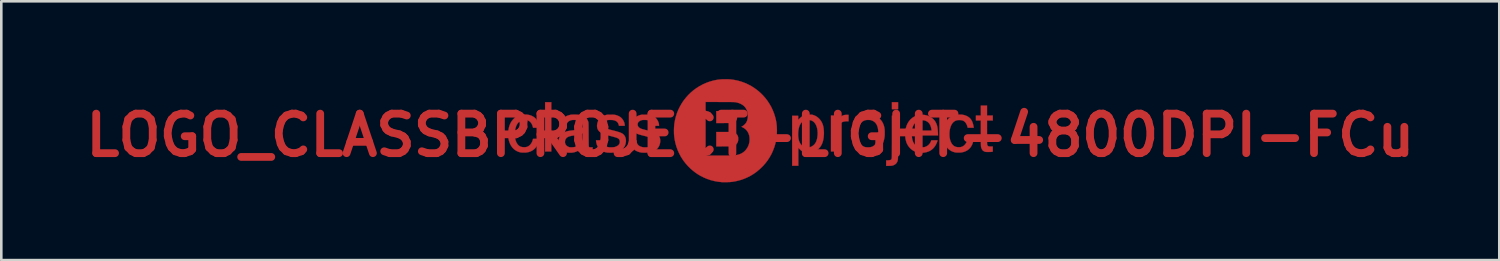
<source format=kicad_pcb>
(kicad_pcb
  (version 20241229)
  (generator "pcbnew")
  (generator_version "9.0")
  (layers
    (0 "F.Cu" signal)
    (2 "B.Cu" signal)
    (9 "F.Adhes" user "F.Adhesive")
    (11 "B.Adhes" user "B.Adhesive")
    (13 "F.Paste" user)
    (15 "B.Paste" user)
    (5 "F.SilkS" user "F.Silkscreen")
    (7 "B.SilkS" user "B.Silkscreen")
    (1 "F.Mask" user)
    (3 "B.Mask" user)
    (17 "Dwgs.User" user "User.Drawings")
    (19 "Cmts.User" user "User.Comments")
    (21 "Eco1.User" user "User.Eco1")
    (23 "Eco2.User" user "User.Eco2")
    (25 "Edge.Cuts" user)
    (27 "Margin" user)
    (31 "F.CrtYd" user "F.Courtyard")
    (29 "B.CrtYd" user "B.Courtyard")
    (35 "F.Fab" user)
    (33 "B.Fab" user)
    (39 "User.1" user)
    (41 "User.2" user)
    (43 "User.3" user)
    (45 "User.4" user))
  (footprint "LOGO_CLASSBPROJECT-LIGHT-4800DPI-FCu"
    (layer "F.Cu")
    (at 25.879 2.166)
    (property "Reference" "LOGO_CLASSBPROJECT-LIGHT-4800DPI-FCu" (at 0 0 0) (layer "F.Cu") (effects (font (size 1.524 1.524) (thickness 0.3))))
    (attr through_hole)
    (fp_poly (pts (xy -7.673 0.624) (xy -7.911 0.624) (xy -7.911 -1.275) (xy -7.673 -1.275) (xy -7.673 0.624)) (stroke (width 0.01) (type solid)) (fill yes) (layer "F.Cu"))
    (fp_poly (pts (xy 5.699 -1.005) (xy 5.461 -1.005) (xy 5.461 -1.275) (xy 5.699 -1.275) (xy 5.699 -1.005)) (stroke (width 0.01) (type solid)) (fill yes) (layer "F.Cu"))
    (fp_poly (pts (xy 3.789 -0.54) (xy 3.718 -0.54) (xy 3.657 -0.537) (xy 3.604 -0.528) (xy 3.557 -0.513) (xy 3.516 -0.492) (xy 3.478 -0.463) (xy 3.457 -0.442) (xy 3.426 -0.406) (xy 3.401 -0.37) (xy 3.381 -0.329) (xy 3.369 -0.298) (xy 3.352 -0.251) (xy 3.351 0.187) (xy 3.349 0.624) (xy 3.111 0.624) (xy 3.111 -0.762) (xy 3.339 -0.762) (xy 3.339 -0.543) (xy 3.354 -0.567) (xy 3.373 -0.593) (xy 3.397 -0.622) (xy 3.424 -0.652) (xy 3.453 -0.681) (xy 3.48 -0.705) (xy 3.484 -0.708) (xy 3.526 -0.738) (xy 3.567 -0.761) (xy 3.609 -0.776) (xy 3.655 -0.785) (xy 3.708 -0.788) (xy 3.722 -0.788) (xy 3.789 -0.788) (xy 3.789 -0.54)) (stroke (width 0.01) (type solid)) (fill yes) (layer "F.Cu"))
    (fp_poly (pts (xy -1.044 -0.127) (xy -0.97 -0.127) (xy -0.907 -0.127) (xy -0.852 -0.126) (xy -0.805 -0.125) (xy -0.765 -0.123) (xy -0.731 -0.121) (xy -0.702 -0.118) (xy -0.677 -0.115) (xy -0.655 -0.111) (xy -0.636 -0.105) (xy -0.619 -0.099) (xy -0.601 -0.092) (xy -0.589 -0.086) (xy -0.548 -0.061) (xy -0.515 -0.028) (xy -0.489 0.011) (xy -0.473 0.056) (xy -0.469 0.078) (xy -0.467 0.107) (xy -0.466 0.14) (xy -0.467 0.173) (xy -0.47 0.203) (xy -0.471 0.215) (xy -0.485 0.262) (xy -0.507 0.305) (xy -0.537 0.343) (xy -0.573 0.374) (xy -0.605 0.392) (xy -0.619 0.399) (xy -0.633 0.404) (xy -0.646 0.409) (xy -0.66 0.413) (xy -0.676 0.416) (xy -0.695 0.419) (xy -0.717 0.421) (xy -0.744 0.423) (xy -0.776 0.424) (xy -0.815 0.425) (xy -0.861 0.426) (xy -0.915 0.426) (xy -0.979 0.427) (xy -1.012 0.427) (xy -1.312 0.429) (xy -1.312 -0.127) (xy -1.044 -0.127)) (stroke (width 0.01) (type solid)) (fill yes) (layer "F.Cu"))
    (fp_poly (pts (xy -1.028 -0.93) (xy -0.962 -0.929) (xy -0.906 -0.929) (xy -0.858 -0.928) (xy -0.818 -0.927) (xy -0.784 -0.926) (xy -0.755 -0.924) (xy -0.731 -0.922) (xy -0.711 -0.92) (xy -0.692 -0.917) (xy -0.676 -0.914) (xy -0.659 -0.91) (xy -0.641 -0.905) (xy -0.633 -0.903) (xy -0.597 -0.887) (xy -0.564 -0.862) (xy -0.541 -0.834) (xy -0.529 -0.814) (xy -0.52 -0.794) (xy -0.515 -0.771) (xy -0.512 -0.744) (xy -0.511 -0.709) (xy -0.511 -0.701) (xy -0.511 -0.671) (xy -0.513 -0.65) (xy -0.515 -0.632) (xy -0.52 -0.617) (xy -0.523 -0.608) (xy -0.543 -0.571) (xy -0.571 -0.54) (xy -0.607 -0.515) (xy -0.617 -0.51) (xy -0.632 -0.503) (xy -0.646 -0.497) (xy -0.66 -0.492) (xy -0.674 -0.487) (xy -0.69 -0.484) (xy -0.708 -0.481) (xy -0.73 -0.479) (xy -0.757 -0.477) (xy -0.789 -0.475) (xy -0.827 -0.474) (xy -0.872 -0.474) (xy -0.926 -0.473) (xy -0.989 -0.473) (xy -1.02 -0.472) (xy -1.312 -0.47) (xy -1.312 -0.932) (xy -1.028 -0.93)) (stroke (width 0.01) (type solid)) (fill yes) (layer "F.Cu"))
    (fp_poly (pts (xy 5.698 0.083) (xy 5.697 0.194) (xy 5.697 0.295) (xy 5.697 0.387) (xy 5.697 0.469) (xy 5.696 0.542) (xy 5.696 0.608) (xy 5.696 0.666) (xy 5.695 0.717) (xy 5.695 0.761) (xy 5.695 0.8) (xy 5.694 0.833) (xy 5.694 0.86) (xy 5.693 0.883) (xy 5.692 0.903) (xy 5.692 0.918) (xy 5.691 0.931) (xy 5.69 0.941) (xy 5.689 0.949) (xy 5.688 0.955) (xy 5.687 0.96) (xy 5.669 1.014) (xy 5.645 1.059) (xy 5.614 1.097) (xy 5.574 1.128) (xy 5.527 1.152) (xy 5.485 1.167) (xy 5.469 1.171) (xy 5.447 1.174) (xy 5.42 1.176) (xy 5.385 1.177) (xy 5.346 1.179) (xy 5.239 1.181) (xy 5.239 0.968) (xy 5.272 0.968) (xy 5.301 0.967) (xy 5.333 0.965) (xy 5.364 0.961) (xy 5.391 0.956) (xy 5.411 0.95) (xy 5.413 0.949) (xy 5.429 0.94) (xy 5.44 0.927) (xy 5.448 0.907) (xy 5.454 0.878) (xy 5.456 0.87) (xy 5.456 0.859) (xy 5.457 0.838) (xy 5.458 0.807) (xy 5.458 0.767) (xy 5.459 0.717) (xy 5.459 0.657) (xy 5.46 0.589) (xy 5.46 0.513) (xy 5.46 0.428) (xy 5.461 0.335) (xy 5.461 0.234) (xy 5.461 0.126) (xy 5.461 0.038) (xy 5.461 -0.757) (xy 5.699 -0.757) (xy 5.698 0.083)) (stroke (width 0.01) (type solid)) (fill yes) (layer "F.Cu"))
    (fp_poly (pts (xy 9.128 -0.762) (xy 9.35 -0.762) (xy 9.35 -0.572) (xy 9.128 -0.572) (xy 9.128 -0.107) (xy 9.128 -0.026) (xy 9.128 0.045) (xy 9.128 0.107) (xy 9.129 0.16) (xy 9.129 0.205) (xy 9.129 0.244) (xy 9.129 0.275) (xy 9.13 0.301) (xy 9.131 0.322) (xy 9.131 0.338) (xy 9.132 0.351) (xy 9.133 0.36) (xy 9.134 0.368) (xy 9.136 0.373) (xy 9.138 0.377) (xy 9.138 0.378) (xy 9.149 0.397) (xy 9.161 0.412) (xy 9.178 0.422) (xy 9.2 0.429) (xy 9.228 0.432) (xy 9.265 0.434) (xy 9.279 0.434) (xy 9.35 0.434) (xy 9.35 0.628) (xy 9.32 0.635) (xy 9.3 0.638) (xy 9.272 0.641) (xy 9.239 0.642) (xy 9.203 0.643) (xy 9.166 0.644) (xy 9.131 0.643) (xy 9.101 0.642) (xy 9.076 0.64) (xy 9.063 0.638) (xy 9.019 0.622) (xy 8.981 0.599) (xy 8.95 0.569) (xy 8.926 0.53) (xy 8.907 0.483) (xy 8.899 0.451) (xy 8.897 0.444) (xy 8.896 0.435) (xy 8.895 0.424) (xy 8.894 0.41) (xy 8.893 0.393) (xy 8.892 0.371) (xy 8.892 0.345) (xy 8.891 0.313) (xy 8.891 0.275) (xy 8.89 0.23) (xy 8.89 0.177) (xy 8.89 0.117) (xy 8.89 0.047) (xy 8.89 -0.032) (xy 8.89 -0.079) (xy 8.89 -0.572) (xy 8.7 -0.572) (xy 8.7 -0.762) (xy 8.89 -0.762) (xy 8.89 -1.148) (xy 9.128 -1.148) (xy 9.128 -0.762)) (stroke (width 0.01) (type solid)) (fill yes) (layer "F.Cu"))
    (fp_poly (pts (xy -8.639 -0.798) (xy -8.605 -0.796) (xy -8.588 -0.794) (xy -8.512 -0.779) (xy -8.443 -0.756) (xy -8.381 -0.726) (xy -8.326 -0.69) (xy -8.279 -0.647) (xy -8.261 -0.626) (xy -8.229 -0.58) (xy -8.202 -0.525) (xy -8.179 -0.463) (xy -8.161 -0.392) (xy -8.147 -0.314) (xy -8.144 -0.291) (xy -8.375 -0.291) (xy -8.387 -0.337) (xy -8.404 -0.389) (xy -8.427 -0.437) (xy -8.454 -0.48) (xy -8.479 -0.51) (xy -8.512 -0.539) (xy -8.547 -0.56) (xy -8.587 -0.575) (xy -8.633 -0.584) (xy -8.687 -0.587) (xy -8.7 -0.587) (xy -8.735 -0.586) (xy -8.767 -0.584) (xy -8.791 -0.58) (xy -8.792 -0.579) (xy -8.847 -0.56) (xy -8.896 -0.532) (xy -8.939 -0.495) (xy -8.977 -0.449) (xy -9.009 -0.394) (xy -9.036 -0.33) (xy -9.057 -0.256) (xy -9.067 -0.208) (xy -9.073 -0.17) (xy -9.077 -0.125) (xy -9.079 -0.076) (xy -9.079 -0.026) (xy -9.079 0.022) (xy -9.076 0.065) (xy -9.073 0.09) (xy -9.059 0.16) (xy -9.039 0.225) (xy -9.014 0.283) (xy -8.983 0.334) (xy -8.948 0.376) (xy -8.915 0.405) (xy -8.882 0.427) (xy -8.844 0.442) (xy -8.818 0.45) (xy -8.782 0.456) (xy -8.741 0.46) (xy -8.698 0.46) (xy -8.658 0.457) (xy -8.631 0.452) (xy -8.582 0.435) (xy -8.536 0.409) (xy -8.494 0.373) (xy -8.458 0.329) (xy -8.426 0.278) (xy -8.4 0.219) (xy -8.382 0.16) (xy -8.376 0.138) (xy -8.143 0.138) (xy -8.147 0.157) (xy -8.165 0.243) (xy -8.189 0.32) (xy -8.219 0.389) (xy -8.256 0.45) (xy -8.299 0.503) (xy -8.349 0.549) (xy -8.385 0.575) (xy -8.435 0.604) (xy -8.486 0.627) (xy -8.542 0.645) (xy -8.605 0.658) (xy -8.606 0.659) (xy -8.635 0.662) (xy -8.67 0.665) (xy -8.71 0.666) (xy -8.751 0.666) (xy -8.791 0.665) (xy -8.826 0.663) (xy -8.855 0.66) (xy -8.86 0.659) (xy -8.933 0.639) (xy -9.001 0.61) (xy -9.064 0.572) (xy -9.122 0.526) (xy -9.173 0.472) (xy -9.218 0.41) (xy -9.257 0.341) (xy -9.288 0.264) (xy -9.308 0.199) (xy -9.322 0.127) (xy -9.331 0.049) (xy -9.334 -0.033) (xy -9.332 -0.117) (xy -9.324 -0.2) (xy -9.31 -0.28) (xy -9.302 -0.315) (xy -9.276 -0.397) (xy -9.243 -0.472) (xy -9.202 -0.541) (xy -9.153 -0.603) (xy -9.098 -0.658) (xy -9.037 -0.705) (xy -8.97 -0.743) (xy -8.897 -0.773) (xy -8.861 -0.784) (xy -8.835 -0.789) (xy -8.801 -0.793) (xy -8.762 -0.796) (xy -8.721 -0.798) (xy -8.679 -0.799) (xy -8.639 -0.798)) (stroke (width 0.01) (type solid)) (fill yes) (layer "F.Cu"))
    (fp_poly (pts (xy 8.12 -0.798) (xy 8.154 -0.796) (xy 8.171 -0.794) (xy 8.246 -0.779) (xy 8.315 -0.756) (xy 8.378 -0.726) (xy 8.433 -0.69) (xy 8.48 -0.647) (xy 8.497 -0.626) (xy 8.529 -0.58) (xy 8.557 -0.525) (xy 8.58 -0.463) (xy 8.598 -0.392) (xy 8.612 -0.314) (xy 8.615 -0.291) (xy 8.384 -0.291) (xy 8.371 -0.337) (xy 8.354 -0.389) (xy 8.332 -0.437) (xy 8.305 -0.48) (xy 8.28 -0.51) (xy 8.247 -0.539) (xy 8.212 -0.56) (xy 8.172 -0.575) (xy 8.125 -0.584) (xy 8.072 -0.587) (xy 8.059 -0.587) (xy 8.024 -0.586) (xy 7.992 -0.584) (xy 7.968 -0.58) (xy 7.966 -0.579) (xy 7.912 -0.56) (xy 7.863 -0.532) (xy 7.82 -0.495) (xy 7.782 -0.449) (xy 7.75 -0.394) (xy 7.723 -0.33) (xy 7.701 -0.256) (xy 7.691 -0.208) (xy 7.686 -0.17) (xy 7.682 -0.125) (xy 7.68 -0.076) (xy 7.679 -0.026) (xy 7.68 0.022) (xy 7.683 0.065) (xy 7.686 0.09) (xy 7.7 0.16) (xy 7.719 0.225) (xy 7.745 0.283) (xy 7.775 0.334) (xy 7.811 0.376) (xy 7.844 0.405) (xy 7.877 0.427) (xy 7.915 0.442) (xy 7.941 0.45) (xy 7.976 0.456) (xy 8.018 0.46) (xy 8.061 0.46) (xy 8.101 0.457) (xy 8.127 0.452) (xy 8.177 0.435) (xy 8.223 0.409) (xy 8.264 0.373) (xy 8.301 0.329) (xy 8.333 0.278) (xy 8.359 0.219) (xy 8.377 0.16) (xy 8.382 0.138) (xy 8.615 0.138) (xy 8.612 0.157) (xy 8.594 0.243) (xy 8.57 0.32) (xy 8.539 0.389) (xy 8.503 0.45) (xy 8.459 0.503) (xy 8.409 0.549) (xy 8.374 0.575) (xy 8.324 0.604) (xy 8.272 0.627) (xy 8.217 0.645) (xy 8.154 0.658) (xy 8.152 0.659) (xy 8.124 0.662) (xy 8.088 0.665) (xy 8.049 0.666) (xy 8.007 0.666) (xy 7.968 0.665) (xy 7.933 0.663) (xy 7.904 0.66) (xy 7.898 0.659) (xy 7.826 0.639) (xy 7.757 0.61) (xy 7.694 0.572) (xy 7.637 0.526) (xy 7.586 0.472) (xy 7.54 0.41) (xy 7.502 0.341) (xy 7.471 0.264) (xy 7.451 0.199) (xy 7.436 0.127) (xy 7.428 0.049) (xy 7.424 -0.033) (xy 7.427 -0.117) (xy 7.435 -0.2) (xy 7.449 -0.28) (xy 7.457 -0.315) (xy 7.482 -0.397) (xy 7.516 -0.472) (xy 7.557 -0.541) (xy 7.605 -0.603) (xy 7.66 -0.658) (xy 7.722 -0.705) (xy 7.789 -0.743) (xy 7.862 -0.773) (xy 7.898 -0.784) (xy 7.924 -0.789) (xy 7.957 -0.793) (xy 7.996 -0.796) (xy 8.038 -0.798) (xy 8.08 -0.799) (xy 8.12 -0.798)) (stroke (width 0.01) (type solid)) (fill yes) (layer "F.Cu"))
    (fp_poly (pts (xy 2.312 -0.796) (xy 2.339 -0.795) (xy 2.361 -0.795) (xy 2.378 -0.793) (xy 2.393 -0.79) (xy 2.408 -0.787) (xy 2.425 -0.782) (xy 2.426 -0.781) (xy 2.496 -0.755) (xy 2.56 -0.719) (xy 2.619 -0.674) (xy 2.673 -0.622) (xy 2.719 -0.562) (xy 2.759 -0.496) (xy 2.79 -0.424) (xy 2.796 -0.406) (xy 2.814 -0.342) (xy 2.827 -0.271) (xy 2.835 -0.194) (xy 2.839 -0.114) (xy 2.838 -0.032) (xy 2.832 0.05) (xy 2.821 0.129) (xy 2.806 0.204) (xy 2.797 0.241) (xy 2.769 0.321) (xy 2.733 0.393) (xy 2.691 0.458) (xy 2.641 0.515) (xy 2.585 0.564) (xy 2.521 0.605) (xy 2.495 0.619) (xy 2.461 0.635) (xy 2.43 0.648) (xy 2.401 0.657) (xy 2.371 0.663) (xy 2.337 0.667) (xy 2.298 0.669) (xy 2.252 0.669) (xy 2.246 0.669) (xy 2.21 0.669) (xy 2.182 0.669) (xy 2.16 0.668) (xy 2.143 0.666) (xy 2.128 0.664) (xy 2.113 0.66) (xy 2.097 0.656) (xy 2.093 0.654) (xy 2.054 0.641) (xy 2.021 0.626) (xy 1.991 0.609) (xy 1.961 0.587) (xy 1.929 0.559) (xy 1.912 0.542) (xy 1.852 0.484) (xy 1.852 0.829) (xy 1.852 1.175) (xy 1.614 1.175) (xy 1.614 -0.012) (xy 1.845 -0.012) (xy 1.85 0.071) (xy 1.861 0.146) (xy 1.879 0.215) (xy 1.903 0.275) (xy 1.933 0.328) (xy 1.97 0.372) (xy 2.012 0.409) (xy 2.061 0.436) (xy 2.115 0.456) (xy 2.135 0.46) (xy 2.159 0.463) (xy 2.189 0.465) (xy 2.223 0.465) (xy 2.255 0.464) (xy 2.284 0.461) (xy 2.304 0.457) (xy 2.351 0.44) (xy 2.397 0.414) (xy 2.441 0.38) (xy 2.48 0.341) (xy 2.512 0.297) (xy 2.523 0.276) (xy 2.548 0.223) (xy 2.566 0.168) (xy 2.581 0.108) (xy 2.59 0.041) (xy 2.596 -0.029) (xy 2.597 -0.112) (xy 2.591 -0.19) (xy 2.578 -0.264) (xy 2.56 -0.332) (xy 2.535 -0.394) (xy 2.505 -0.448) (xy 2.468 -0.494) (xy 2.461 -0.503) (xy 2.421 -0.537) (xy 2.377 -0.562) (xy 2.328 -0.58) (xy 2.274 -0.59) (xy 2.22 -0.593) (xy 2.187 -0.592) (xy 2.157 -0.589) (xy 2.133 -0.585) (xy 2.13 -0.585) (xy 2.075 -0.566) (xy 2.026 -0.538) (xy 1.983 -0.501) (xy 1.946 -0.455) (xy 1.914 -0.401) (xy 1.888 -0.338) (xy 1.869 -0.267) (xy 1.855 -0.187) (xy 1.847 -0.102) (xy 1.845 -0.012) (xy 1.614 -0.012) (xy 1.614 -0.751) (xy 1.847 -0.751) (xy 1.847 -0.594) (xy 1.904 -0.65) (xy 1.95 -0.692) (xy 1.995 -0.726) (xy 2.042 -0.752) (xy 2.093 -0.773) (xy 2.138 -0.787) (xy 2.153 -0.791) (xy 2.17 -0.793) (xy 2.19 -0.795) (xy 2.217 -0.796) (xy 2.25 -0.796) (xy 2.275 -0.796) (xy 2.312 -0.796)) (stroke (width 0.01) (type solid)) (fill yes) (layer "F.Cu"))
    (fp_poly (pts (xy 4.584 -0.798) (xy 4.626 -0.796) (xy 4.663 -0.793) (xy 4.676 -0.791) (xy 4.755 -0.772) (xy 4.829 -0.743) (xy 4.899 -0.705) (xy 4.963 -0.658) (xy 5.003 -0.622) (xy 5.051 -0.568) (xy 5.091 -0.509) (xy 5.124 -0.444) (xy 5.148 -0.381) (xy 5.16 -0.337) (xy 5.17 -0.294) (xy 5.177 -0.248) (xy 5.181 -0.198) (xy 5.184 -0.14) (xy 5.184 -0.131) (xy 5.184 -0.029) (xy 5.176 0.066) (xy 5.16 0.154) (xy 5.137 0.238) (xy 5.106 0.317) (xy 5.067 0.392) (xy 5.044 0.429) (xy 4.999 0.487) (xy 4.948 0.538) (xy 4.891 0.58) (xy 4.827 0.615) (xy 4.756 0.642) (xy 4.678 0.661) (xy 4.659 0.664) (xy 4.632 0.667) (xy 4.598 0.67) (xy 4.559 0.671) (xy 4.517 0.671) (xy 4.477 0.671) (xy 4.44 0.669) (xy 4.408 0.667) (xy 4.389 0.664) (xy 4.313 0.645) (xy 4.241 0.617) (xy 4.176 0.58) (xy 4.117 0.535) (xy 4.064 0.481) (xy 4.017 0.419) (xy 3.981 0.357) (xy 3.948 0.282) (xy 3.923 0.2) (xy 3.906 0.113) (xy 3.897 0.021) (xy 3.897 -0.044) (xy 4.143 -0.044) (xy 4.147 0.035) (xy 4.157 0.109) (xy 4.173 0.178) (xy 4.195 0.24) (xy 4.222 0.296) (xy 4.255 0.345) (xy 4.293 0.385) (xy 4.335 0.417) (xy 4.356 0.428) (xy 4.388 0.443) (xy 4.419 0.453) (xy 4.451 0.46) (xy 4.487 0.463) (xy 4.529 0.464) (xy 4.551 0.464) (xy 4.584 0.463) (xy 4.61 0.462) (xy 4.63 0.46) (xy 4.647 0.456) (xy 4.664 0.452) (xy 4.676 0.448) (xy 4.722 0.429) (xy 4.762 0.404) (xy 4.798 0.371) (xy 4.829 0.33) (xy 4.857 0.281) (xy 4.882 0.223) (xy 4.892 0.194) (xy 4.914 0.116) (xy 4.928 0.038) (xy 4.936 -0.043) (xy 4.936 -0.129) (xy 4.936 -0.13) (xy 4.931 -0.197) (xy 4.923 -0.256) (xy 4.911 -0.309) (xy 4.895 -0.359) (xy 4.873 -0.407) (xy 4.872 -0.41) (xy 4.84 -0.46) (xy 4.801 -0.504) (xy 4.754 -0.539) (xy 4.702 -0.566) (xy 4.683 -0.573) (xy 4.663 -0.58) (xy 4.646 -0.585) (xy 4.627 -0.588) (xy 4.605 -0.59) (xy 4.576 -0.591) (xy 4.563 -0.592) (xy 4.515 -0.592) (xy 4.475 -0.589) (xy 4.44 -0.583) (xy 4.406 -0.573) (xy 4.373 -0.559) (xy 4.327 -0.531) (xy 4.286 -0.495) (xy 4.25 -0.45) (xy 4.218 -0.397) (xy 4.192 -0.337) (xy 4.171 -0.271) (xy 4.156 -0.198) (xy 4.146 -0.121) (xy 4.143 -0.044) (xy 3.897 -0.044) (xy 3.897 -0.075) (xy 3.899 -0.121) (xy 3.908 -0.201) (xy 3.92 -0.274) (xy 3.937 -0.341) (xy 3.959 -0.404) (xy 3.985 -0.46) (xy 4.027 -0.533) (xy 4.075 -0.597) (xy 4.129 -0.653) (xy 4.189 -0.7) (xy 4.256 -0.738) (xy 4.328 -0.767) (xy 4.406 -0.788) (xy 4.422 -0.791) (xy 4.455 -0.795) (xy 4.495 -0.798) (xy 4.539 -0.799) (xy 4.584 -0.798)) (stroke (width 0.01) (type solid)) (fill yes) (layer "F.Cu"))
    (fp_poly (pts (xy 6.677 -0.787) (xy 6.718 -0.784) (xy 6.737 -0.781) (xy 6.81 -0.763) (xy 6.879 -0.738) (xy 6.944 -0.706) (xy 7.003 -0.668) (xy 7.055 -0.624) (xy 7.099 -0.576) (xy 7.116 -0.554) (xy 7.143 -0.512) (xy 7.165 -0.469) (xy 7.184 -0.424) (xy 7.2 -0.375) (xy 7.212 -0.321) (xy 7.222 -0.261) (xy 7.229 -0.194) (xy 7.234 -0.118) (xy 7.236 -0.075) (xy 7.239 0.005) (xy 6.228 0.005) (xy 6.228 0.028) (xy 6.23 0.05) (xy 6.233 0.08) (xy 6.238 0.113) (xy 6.244 0.146) (xy 6.251 0.176) (xy 6.255 0.19) (xy 6.276 0.25) (xy 6.303 0.305) (xy 6.337 0.352) (xy 6.375 0.391) (xy 6.418 0.422) (xy 6.436 0.432) (xy 6.47 0.446) (xy 6.504 0.456) (xy 6.54 0.462) (xy 6.581 0.465) (xy 6.628 0.464) (xy 6.66 0.463) (xy 6.685 0.461) (xy 6.705 0.458) (xy 6.723 0.454) (xy 6.742 0.448) (xy 6.744 0.448) (xy 6.801 0.423) (xy 6.852 0.389) (xy 6.896 0.348) (xy 6.933 0.3) (xy 6.962 0.245) (xy 6.967 0.23) (xy 6.982 0.191) (xy 7.1 0.191) (xy 7.218 0.191) (xy 7.215 0.21) (xy 7.203 0.257) (xy 7.184 0.307) (xy 7.158 0.358) (xy 7.128 0.409) (xy 7.094 0.457) (xy 7.057 0.499) (xy 7.048 0.508) (xy 6.992 0.557) (xy 6.929 0.598) (xy 6.86 0.629) (xy 6.785 0.653) (xy 6.717 0.666) (xy 6.684 0.67) (xy 6.645 0.672) (xy 6.602 0.672) (xy 6.558 0.671) (xy 6.516 0.668) (xy 6.479 0.665) (xy 6.456 0.661) (xy 6.383 0.64) (xy 6.313 0.61) (xy 6.247 0.569) (xy 6.185 0.519) (xy 6.18 0.514) (xy 6.13 0.462) (xy 6.088 0.407) (xy 6.053 0.348) (xy 6.024 0.283) (xy 6.002 0.212) (xy 5.985 0.132) (xy 5.979 0.095) (xy 5.977 0.066) (xy 5.975 0.029) (xy 5.974 -0.012) (xy 5.974 -0.057) (xy 5.975 -0.101) (xy 5.977 -0.142) (xy 5.98 -0.177) (xy 5.981 -0.18) (xy 6.232 -0.18) (xy 6.611 -0.18) (xy 6.684 -0.18) (xy 6.747 -0.18) (xy 6.8 -0.18) (xy 6.845 -0.18) (xy 6.883 -0.18) (xy 6.913 -0.181) (xy 6.937 -0.181) (xy 6.956 -0.182) (xy 6.969 -0.183) (xy 6.979 -0.184) (xy 6.985 -0.185) (xy 6.988 -0.186) (xy 6.99 -0.188) (xy 6.99 -0.189) (xy 6.989 -0.205) (xy 6.985 -0.229) (xy 6.98 -0.257) (xy 6.973 -0.286) (xy 6.966 -0.315) (xy 6.959 -0.34) (xy 6.958 -0.341) (xy 6.935 -0.399) (xy 6.904 -0.45) (xy 6.867 -0.493) (xy 6.824 -0.527) (xy 6.793 -0.545) (xy 6.753 -0.562) (xy 6.714 -0.573) (xy 6.67 -0.58) (xy 6.62 -0.582) (xy 6.617 -0.582) (xy 6.556 -0.578) (xy 6.502 -0.568) (xy 6.454 -0.549) (xy 6.446 -0.545) (xy 6.394 -0.511) (xy 6.349 -0.47) (xy 6.31 -0.421) (xy 6.279 -0.365) (xy 6.255 -0.303) (xy 6.239 -0.235) (xy 6.236 -0.21) (xy 6.232 -0.18) (xy 5.981 -0.18) (xy 5.982 -0.194) (xy 6 -0.285) (xy 6.027 -0.37) (xy 6.061 -0.449) (xy 6.104 -0.521) (xy 6.156 -0.587) (xy 6.19 -0.623) (xy 6.249 -0.673) (xy 6.312 -0.714) (xy 6.382 -0.747) (xy 6.455 -0.771) (xy 6.491 -0.778) (xy 6.535 -0.784) (xy 6.582 -0.787) (xy 6.63 -0.788) (xy 6.677 -0.787)) (stroke (width 0.01) (type solid)) (fill yes) (layer "F.Cu"))
    (fp_poly (pts (xy -5.332 -0.796) (xy -5.29 -0.795) (xy -5.255 -0.793) (xy -5.224 -0.789) (xy -5.196 -0.783) (xy -5.169 -0.776) (xy -5.139 -0.766) (xy -5.121 -0.76) (xy -5.067 -0.736) (xy -5.018 -0.706) (xy -4.987 -0.683) (xy -4.949 -0.645) (xy -4.915 -0.601) (xy -4.886 -0.553) (xy -4.864 -0.502) (xy -4.849 -0.451) (xy -4.842 -0.402) (xy -4.842 -0.393) (xy -4.842 -0.365) (xy -5.063 -0.365) (xy -5.069 -0.394) (xy -5.079 -0.427) (xy -5.095 -0.461) (xy -5.113 -0.492) (xy -5.134 -0.516) (xy -5.136 -0.518) (xy -5.165 -0.54) (xy -5.202 -0.56) (xy -5.243 -0.576) (xy -5.257 -0.58) (xy -5.279 -0.584) (xy -5.308 -0.588) (xy -5.343 -0.59) (xy -5.38 -0.592) (xy -5.417 -0.592) (xy -5.451 -0.591) (xy -5.48 -0.589) (xy -5.491 -0.588) (xy -5.535 -0.576) (xy -5.575 -0.558) (xy -5.61 -0.535) (xy -5.638 -0.507) (xy -5.653 -0.484) (xy -5.66 -0.464) (xy -5.665 -0.439) (xy -5.666 -0.427) (xy -5.664 -0.388) (xy -5.653 -0.352) (xy -5.632 -0.32) (xy -5.602 -0.291) (xy -5.561 -0.266) (xy -5.524 -0.249) (xy -5.509 -0.244) (xy -5.486 -0.237) (xy -5.455 -0.228) (xy -5.419 -0.219) (xy -5.379 -0.208) (xy -5.336 -0.197) (xy -5.313 -0.191) (xy -5.238 -0.172) (xy -5.172 -0.155) (xy -5.115 -0.138) (xy -5.066 -0.123) (xy -5.024 -0.108) (xy -4.988 -0.094) (xy -4.958 -0.079) (xy -4.931 -0.064) (xy -4.909 -0.048) (xy -4.902 -0.043) (xy -4.878 -0.02) (xy -4.854 0.01) (xy -4.833 0.044) (xy -4.818 0.077) (xy -4.817 0.079) (xy -4.802 0.133) (xy -4.795 0.191) (xy -4.796 0.251) (xy -4.805 0.311) (xy -4.821 0.369) (xy -4.839 0.412) (xy -4.874 0.471) (xy -4.916 0.522) (xy -4.966 0.566) (xy -5.023 0.602) (xy -5.088 0.632) (xy -5.16 0.654) (xy -5.164 0.655) (xy -5.183 0.659) (xy -5.2 0.662) (xy -5.218 0.665) (xy -5.237 0.666) (xy -5.261 0.668) (xy -5.291 0.669) (xy -5.328 0.669) (xy -5.35 0.67) (xy -5.388 0.67) (xy -5.425 0.67) (xy -5.459 0.669) (xy -5.488 0.668) (xy -5.509 0.667) (xy -5.517 0.666) (xy -5.575 0.655) (xy -5.633 0.639) (xy -5.687 0.618) (xy -5.736 0.594) (xy -5.771 0.571) (xy -5.798 0.547) (xy -5.826 0.516) (xy -5.854 0.48) (xy -5.878 0.442) (xy -5.892 0.415) (xy -5.913 0.368) (xy -5.929 0.315) (xy -5.941 0.26) (xy -5.945 0.229) (xy -5.949 0.191) (xy -5.721 0.191) (xy -5.717 0.21) (xy -5.714 0.227) (xy -5.71 0.248) (xy -5.707 0.261) (xy -5.69 0.31) (xy -5.665 0.352) (xy -5.633 0.388) (xy -5.592 0.417) (xy -5.543 0.439) (xy -5.485 0.456) (xy -5.459 0.461) (xy -5.433 0.463) (xy -5.401 0.465) (xy -5.364 0.465) (xy -5.326 0.464) (xy -5.29 0.462) (xy -5.258 0.458) (xy -5.232 0.454) (xy -5.226 0.453) (xy -5.189 0.44) (xy -5.153 0.424) (xy -5.119 0.406) (xy -5.092 0.386) (xy -5.079 0.375) (xy -5.055 0.343) (xy -5.039 0.307) (xy -5.03 0.269) (xy -5.03 0.23) (xy -5.039 0.192) (xy -5.054 0.162) (xy -5.063 0.149) (xy -5.074 0.138) (xy -5.087 0.127) (xy -5.103 0.117) (xy -5.123 0.107) (xy -5.148 0.096) (xy -5.178 0.086) (xy -5.215 0.074) (xy -5.26 0.062) (xy -5.312 0.047) (xy -5.374 0.031) (xy -5.403 0.024) (xy -5.461 0.009) (xy -5.51 -0.004) (xy -5.551 -0.015) (xy -5.586 -0.025) (xy -5.615 -0.034) (xy -5.64 -0.042) (xy -5.662 -0.05) (xy -5.682 -0.059) (xy -5.701 -0.067) (xy -5.72 -0.077) (xy -5.721 -0.077) (xy -5.776 -0.11) (xy -5.822 -0.148) (xy -5.858 -0.19) (xy -5.885 -0.237) (xy -5.902 -0.289) (xy -5.909 -0.344) (xy -5.908 -0.394) (xy -5.898 -0.462) (xy -5.878 -0.525) (xy -5.85 -0.582) (xy -5.813 -0.633) (xy -5.768 -0.679) (xy -5.714 -0.718) (xy -5.653 -0.75) (xy -5.584 -0.776) (xy -5.553 -0.784) (xy -5.537 -0.788) (xy -5.521 -0.791) (xy -5.505 -0.793) (xy -5.486 -0.795) (xy -5.462 -0.796) (xy -5.432 -0.796) (xy -5.394 -0.796) (xy -5.382 -0.796) (xy -5.332 -0.796)) (stroke (width 0.01) (type solid)) (fill yes) (layer "F.Cu"))
    (fp_poly (pts (xy -4.009 -0.796) (xy -3.967 -0.795) (xy -3.932 -0.793) (xy -3.901 -0.789) (xy -3.873 -0.783) (xy -3.846 -0.776) (xy -3.817 -0.766) (xy -3.798 -0.76) (xy -3.744 -0.736) (xy -3.695 -0.706) (xy -3.664 -0.683) (xy -3.626 -0.645) (xy -3.592 -0.601) (xy -3.563 -0.553) (xy -3.541 -0.502) (xy -3.526 -0.451) (xy -3.519 -0.402) (xy -3.519 -0.393) (xy -3.519 -0.365) (xy -3.74 -0.365) (xy -3.747 -0.394) (xy -3.756 -0.427) (xy -3.772 -0.461) (xy -3.79 -0.492) (xy -3.811 -0.516) (xy -3.813 -0.518) (xy -3.842 -0.54) (xy -3.879 -0.56) (xy -3.92 -0.576) (xy -3.934 -0.58) (xy -3.956 -0.584) (xy -3.986 -0.588) (xy -4.02 -0.59) (xy -4.057 -0.592) (xy -4.094 -0.592) (xy -4.128 -0.591) (xy -4.157 -0.589) (xy -4.169 -0.588) (xy -4.212 -0.576) (xy -4.252 -0.558) (xy -4.287 -0.535) (xy -4.315 -0.507) (xy -4.33 -0.484) (xy -4.337 -0.464) (xy -4.342 -0.439) (xy -4.343 -0.427) (xy -4.342 -0.388) (xy -4.33 -0.352) (xy -4.309 -0.32) (xy -4.279 -0.291) (xy -4.238 -0.266) (xy -4.201 -0.249) (xy -4.186 -0.244) (xy -4.163 -0.237) (xy -4.132 -0.228) (xy -4.096 -0.219) (xy -4.056 -0.208) (xy -4.014 -0.197) (xy -3.99 -0.191) (xy -3.915 -0.172) (xy -3.849 -0.155) (xy -3.792 -0.138) (xy -3.743 -0.123) (xy -3.701 -0.108) (xy -3.666 -0.094) (xy -3.635 -0.079) (xy -3.609 -0.064) (xy -3.586 -0.048) (xy -3.579 -0.043) (xy -3.555 -0.02) (xy -3.531 0.01) (xy -3.51 0.044) (xy -3.495 0.077) (xy -3.494 0.079) (xy -3.479 0.133) (xy -3.472 0.191) (xy -3.473 0.251) (xy -3.482 0.311) (xy -3.498 0.369) (xy -3.516 0.412) (xy -3.551 0.471) (xy -3.593 0.522) (xy -3.643 0.566) (xy -3.7 0.602) (xy -3.765 0.632) (xy -3.838 0.654) (xy -3.841 0.655) (xy -3.86 0.659) (xy -3.877 0.662) (xy -3.895 0.665) (xy -3.914 0.666) (xy -3.938 0.668) (xy -3.968 0.669) (xy -4.005 0.669) (xy -4.027 0.67) (xy -4.065 0.67) (xy -4.103 0.67) (xy -4.136 0.669) (xy -4.165 0.668) (xy -4.186 0.667) (xy -4.194 0.666) (xy -4.252 0.655) (xy -4.31 0.639) (xy -4.364 0.618) (xy -4.413 0.594) (xy -4.448 0.571) (xy -4.475 0.547) (xy -4.503 0.516) (xy -4.531 0.48) (xy -4.555 0.442) (xy -4.569 0.415) (xy -4.59 0.368) (xy -4.606 0.315) (xy -4.618 0.26) (xy -4.622 0.229) (xy -4.626 0.191) (xy -4.398 0.191) (xy -4.395 0.21) (xy -4.391 0.227) (xy -4.387 0.248) (xy -4.384 0.261) (xy -4.367 0.31) (xy -4.342 0.352) (xy -4.31 0.388) (xy -4.269 0.417) (xy -4.22 0.439) (xy -4.162 0.456) (xy -4.136 0.461) (xy -4.11 0.463) (xy -4.078 0.465) (xy -4.041 0.465) (xy -4.003 0.464) (xy -3.967 0.462) (xy -3.935 0.458) (xy -3.91 0.454) (xy -3.903 0.453) (xy -3.866 0.44) (xy -3.83 0.424) (xy -3.796 0.406) (xy -3.769 0.386) (xy -3.757 0.375) (xy -3.732 0.343) (xy -3.716 0.307) (xy -3.707 0.269) (xy -3.707 0.23) (xy -3.716 0.192) (xy -3.731 0.162) (xy -3.741 0.149) (xy -3.751 0.138) (xy -3.764 0.127) (xy -3.78 0.117) (xy -3.8 0.107) (xy -3.825 0.096) (xy -3.856 0.086) (xy -3.893 0.074) (xy -3.937 0.062) (xy -3.989 0.047) (xy -4.051 0.031) (xy -4.08 0.024) (xy -4.138 0.009) (xy -4.187 -0.004) (xy -4.229 -0.015) (xy -4.263 -0.025) (xy -4.292 -0.034) (xy -4.317 -0.042) (xy -4.339 -0.05) (xy -4.359 -0.059) (xy -4.378 -0.067) (xy -4.397 -0.077) (xy -4.398 -0.077) (xy -4.453 -0.11) (xy -4.499 -0.148) (xy -4.535 -0.19) (xy -4.562 -0.237) (xy -4.579 -0.289) (xy -4.586 -0.344) (xy -4.586 -0.394) (xy -4.575 -0.462) (xy -4.556 -0.525) (xy -4.527 -0.582) (xy -4.49 -0.633) (xy -4.445 -0.679) (xy -4.391 -0.718) (xy -4.33 -0.75) (xy -4.261 -0.776) (xy -4.23 -0.784) (xy -4.214 -0.788) (xy -4.198 -0.791) (xy -4.182 -0.793) (xy -4.163 -0.795) (xy -4.139 -0.796) (xy -4.109 -0.796) (xy -4.071 -0.796) (xy -4.059 -0.796) (xy -4.009 -0.796)) (stroke (width 0.01) (type solid)) (fill yes) (layer "F.Cu"))
    (fp_poly (pts (xy -0.864 -2.16) (xy -0.777 -2.155) (xy -0.693 -2.146) (xy -0.611 -2.133) (xy -0.525 -2.116) (xy -0.472 -2.104) (xy -0.337 -2.065) (xy -0.205 -2.016) (xy -0.078 -1.959) (xy 0.045 -1.893) (xy 0.162 -1.818) (xy 0.274 -1.736) (xy 0.379 -1.646) (xy 0.479 -1.549) (xy 0.571 -1.446) (xy 0.656 -1.336) (xy 0.733 -1.22) (xy 0.803 -1.1) (xy 0.863 -0.974) (xy 0.915 -0.844) (xy 0.957 -0.709) (xy 0.968 -0.669) (xy 0.987 -0.586) (xy 1.002 -0.508) (xy 1.013 -0.432) (xy 1.021 -0.354) (xy 1.025 -0.271) (xy 1.027 -0.182) (xy 1.027 -0.174) (xy 1.023 -0.048) (xy 1.013 0.073) (xy 0.996 0.189) (xy 0.971 0.304) (xy 0.938 0.419) (xy 0.922 0.468) (xy 0.871 0.602) (xy 0.812 0.73) (xy 0.744 0.851) (xy 0.668 0.967) (xy 0.582 1.079) (xy 0.487 1.186) (xy 0.463 1.211) (xy 0.356 1.313) (xy 0.245 1.406) (xy 0.128 1.489) (xy 0.006 1.563) (xy -0.121 1.627) (xy -0.252 1.682) (xy -0.388 1.728) (xy -0.529 1.764) (xy -0.674 1.791) (xy -0.7 1.794) (xy -0.732 1.798) (xy -0.765 1.801) (xy -0.802 1.804) (xy -0.843 1.805) (xy -0.892 1.806) (xy -0.929 1.807) (xy -0.969 1.807) (xy -1.006 1.807) (xy -1.04 1.807) (xy -1.068 1.807) (xy -1.089 1.807) (xy -1.1 1.806) (xy -1.101 1.806) (xy -1.249 1.789) (xy -1.39 1.763) (xy -1.527 1.728) (xy -1.659 1.684) (xy -1.786 1.631) (xy -1.91 1.569) (xy -2.016 1.507) (xy -2.116 1.439) (xy -2.215 1.362) (xy -2.311 1.278) (xy -2.402 1.188) (xy -2.486 1.094) (xy -2.562 0.997) (xy -2.594 0.953) (xy -2.673 0.829) (xy -2.697 0.783) (xy -1.725 0.783) (xy -1.212 0.783) (xy -1.124 0.783) (xy -1.042 0.783) (xy -0.966 0.783) (xy -0.896 0.782) (xy -0.834 0.782) (xy -0.779 0.781) (xy -0.733 0.781) (xy -0.695 0.78) (xy -0.667 0.779) (xy -0.649 0.778) (xy -0.645 0.778) (xy -0.564 0.768) (xy -0.492 0.754) (xy -0.427 0.736) (xy -0.369 0.714) (xy -0.316 0.686) (xy -0.267 0.654) (xy -0.221 0.615) (xy -0.217 0.611) (xy -0.163 0.553) (xy -0.118 0.488) (xy -0.081 0.418) (xy -0.053 0.344) (xy -0.034 0.265) (xy -0.034 0.264) (xy -0.029 0.224) (xy -0.027 0.179) (xy -0.027 0.131) (xy -0.03 0.085) (xy -0.035 0.042) (xy -0.042 0.008) (xy -0.065 -0.063) (xy -0.096 -0.126) (xy -0.135 -0.182) (xy -0.181 -0.231) (xy -0.235 -0.273) (xy -0.296 -0.306) (xy -0.303 -0.31) (xy -0.32 -0.318) (xy -0.333 -0.324) (xy -0.338 -0.328) (xy -0.339 -0.329) (xy -0.334 -0.333) (xy -0.324 -0.338) (xy -0.289 -0.358) (xy -0.252 -0.385) (xy -0.216 -0.418) (xy -0.184 -0.453) (xy -0.158 -0.488) (xy -0.147 -0.506) (xy -0.124 -0.56) (xy -0.107 -0.62) (xy -0.096 -0.685) (xy -0.093 -0.753) (xy -0.097 -0.821) (xy -0.108 -0.888) (xy -0.111 -0.901) (xy -0.124 -0.941) (xy -0.142 -0.984) (xy -0.163 -1.026) (xy -0.187 -1.063) (xy -0.203 -1.086) (xy -0.249 -1.134) (xy -0.303 -1.175) (xy -0.364 -1.21) (xy -0.434 -1.24) (xy -0.512 -1.263) (xy -0.558 -1.274) (xy -0.566 -1.275) (xy -0.575 -1.276) (xy -0.587 -1.278) (xy -0.601 -1.279) (xy -0.618 -1.279) (xy -0.64 -1.28) (xy -0.666 -1.281) (xy -0.698 -1.281) (xy -0.735 -1.282) (xy -0.779 -1.282) (xy -0.83 -1.283) (xy -0.889 -1.283) (xy -0.956 -1.284) (xy -1.032 -1.284) (xy -1.118 -1.284) (xy -1.163 -1.284) (xy -1.725 -1.286) (xy -1.725 0.783) (xy -2.697 0.783) (xy -2.741 0.702) (xy -2.8 0.571) (xy -2.849 0.435) (xy -2.888 0.297) (xy -2.917 0.154) (xy -2.934 0.028) (xy -2.94 -0.039) (xy -2.942 -0.112) (xy -2.943 -0.19) (xy -2.941 -0.269) (xy -2.937 -0.346) (xy -2.93 -0.418) (xy -2.926 -0.452) (xy -2.902 -0.591) (xy -2.868 -0.727) (xy -2.825 -0.859) (xy -2.773 -0.988) (xy -2.711 -1.112) (xy -2.642 -1.231) (xy -2.565 -1.345) (xy -2.48 -1.453) (xy -2.388 -1.556) (xy -2.289 -1.652) (xy -2.184 -1.741) (xy -2.072 -1.822) (xy -1.955 -1.896) (xy -1.833 -1.961) (xy -1.706 -2.018) (xy -1.575 -2.066) (xy -1.444 -2.104) (xy -1.355 -2.124) (xy -1.271 -2.139) (xy -1.189 -2.15) (xy -1.104 -2.157) (xy -1.015 -2.161) (xy -0.958 -2.161) (xy -0.864 -2.16)) (stroke (width 0.01) (type solid)) (fill yes) (layer "F.Cu"))
    (fp_poly (pts (xy -6.665 -0.794) (xy -6.605 -0.787) (xy -6.551 -0.775) (xy -6.498 -0.759) (xy -6.447 -0.737) (xy -6.432 -0.73) (xy -6.379 -0.701) (xy -6.336 -0.667) (xy -6.3 -0.628) (xy -6.272 -0.584) (xy -6.251 -0.532) (xy -6.246 -0.516) (xy -6.244 -0.51) (xy -6.243 -0.502) (xy -6.242 -0.493) (xy -6.24 -0.481) (xy -6.239 -0.466) (xy -6.239 -0.447) (xy -6.238 -0.423) (xy -6.237 -0.394) (xy -6.237 -0.359) (xy -6.236 -0.317) (xy -6.236 -0.268) (xy -6.235 -0.211) (xy -6.235 -0.144) (xy -6.234 -0.068) (xy -6.234 -0.029) (xy -6.233 0.055) (xy -6.233 0.128) (xy -6.232 0.192) (xy -6.231 0.248) (xy -6.231 0.295) (xy -6.23 0.334) (xy -6.229 0.366) (xy -6.229 0.391) (xy -6.228 0.411) (xy -6.227 0.424) (xy -6.225 0.433) (xy -6.224 0.438) (xy -6.224 0.438) (xy -6.215 0.45) (xy -6.205 0.459) (xy -6.19 0.463) (xy -6.169 0.465) (xy -6.139 0.465) (xy -6.136 0.465) (xy -6.08 0.462) (xy -6.08 0.634) (xy -6.108 0.643) (xy -6.129 0.648) (xy -6.158 0.652) (xy -6.191 0.654) (xy -6.226 0.655) (xy -6.26 0.655) (xy -6.29 0.654) (xy -6.313 0.65) (xy -6.319 0.649) (xy -6.358 0.633) (xy -6.39 0.609) (xy -6.417 0.577) (xy -6.439 0.536) (xy -6.455 0.486) (xy -6.458 0.47) (xy -6.461 0.456) (xy -6.486 0.482) (xy -6.522 0.516) (xy -6.566 0.55) (xy -6.615 0.581) (xy -6.666 0.609) (xy -6.716 0.632) (xy -6.725 0.635) (xy -6.778 0.652) (xy -6.83 0.663) (xy -6.886 0.67) (xy -6.948 0.672) (xy -6.954 0.672) (xy -6.987 0.671) (xy -7.019 0.669) (xy -7.046 0.667) (xy -7.065 0.665) (xy -7.067 0.664) (xy -7.111 0.652) (xy -7.156 0.635) (xy -7.195 0.616) (xy -7.201 0.613) (xy -7.224 0.597) (xy -7.25 0.574) (xy -7.278 0.548) (xy -7.304 0.52) (xy -7.326 0.493) (xy -7.341 0.471) (xy -7.365 0.419) (xy -7.382 0.363) (xy -7.392 0.302) (xy -7.393 0.268) (xy -7.146 0.268) (xy -7.138 0.313) (xy -7.122 0.353) (xy -7.096 0.389) (xy -7.061 0.419) (xy -7.017 0.443) (xy -6.985 0.456) (xy -6.962 0.461) (xy -6.931 0.464) (xy -6.895 0.465) (xy -6.857 0.463) (xy -6.819 0.46) (xy -6.785 0.455) (xy -6.765 0.45) (xy -6.743 0.443) (xy -6.715 0.433) (xy -6.686 0.42) (xy -6.663 0.409) (xy -6.634 0.395) (xy -6.613 0.382) (xy -6.595 0.369) (xy -6.577 0.354) (xy -6.565 0.342) (xy -6.537 0.31) (xy -6.515 0.279) (xy -6.51 0.27) (xy -6.5 0.248) (xy -6.492 0.228) (xy -6.486 0.208) (xy -6.481 0.186) (xy -6.478 0.161) (xy -6.476 0.13) (xy -6.474 0.092) (xy -6.473 0.049) (xy -6.472 0.014) (xy -6.472 -0.017) (xy -6.472 -0.043) (xy -6.472 -0.061) (xy -6.473 -0.072) (xy -6.473 -0.074) (xy -6.479 -0.072) (xy -6.491 -0.067) (xy -6.508 -0.059) (xy -6.51 -0.058) (xy -6.537 -0.048) (xy -6.569 -0.037) (xy -6.608 -0.028) (xy -6.653 -0.018) (xy -6.706 -0.008) (xy -6.769 0.001) (xy -6.777 0.002) (xy -6.838 0.012) (xy -6.889 0.021) (xy -6.933 0.03) (xy -6.969 0.039) (xy -7 0.049) (xy -7.026 0.061) (xy -7.048 0.073) (xy -7.068 0.088) (xy -7.083 0.101) (xy -7.112 0.135) (xy -7.132 0.173) (xy -7.143 0.217) (xy -7.143 0.219) (xy -7.146 0.268) (xy -7.393 0.268) (xy -7.394 0.24) (xy -7.389 0.179) (xy -7.376 0.12) (xy -7.356 0.066) (xy -7.341 0.038) (xy -7.308 -0.009) (xy -7.266 -0.05) (xy -7.215 -0.088) (xy -7.158 -0.119) (xy -7.095 -0.145) (xy -7.035 -0.162) (xy -7.023 -0.164) (xy -7.002 -0.167) (xy -6.972 -0.172) (xy -6.936 -0.177) (xy -6.895 -0.183) (xy -6.85 -0.189) (xy -6.802 -0.195) (xy -6.779 -0.198) (xy -6.725 -0.205) (xy -6.679 -0.211) (xy -6.643 -0.216) (xy -6.613 -0.22) (xy -6.59 -0.224) (xy -6.572 -0.227) (xy -6.559 -0.23) (xy -6.548 -0.233) (xy -6.54 -0.236) (xy -6.533 -0.24) (xy -6.529 -0.242) (xy -6.508 -0.257) (xy -6.492 -0.275) (xy -6.485 -0.286) (xy -6.478 -0.3) (xy -6.473 -0.312) (xy -6.471 -0.324) (xy -6.469 -0.341) (xy -6.469 -0.365) (xy -6.469 -0.37) (xy -6.47 -0.409) (xy -6.475 -0.441) (xy -6.484 -0.467) (xy -6.498 -0.49) (xy -6.514 -0.51) (xy -6.547 -0.538) (xy -6.589 -0.561) (xy -6.639 -0.579) (xy -6.641 -0.579) (xy -6.668 -0.585) (xy -6.702 -0.588) (xy -6.741 -0.591) (xy -6.781 -0.592) (xy -6.821 -0.592) (xy -6.857 -0.59) (xy -6.887 -0.586) (xy -6.893 -0.585) (xy -6.946 -0.569) (xy -6.99 -0.547) (xy -7.027 -0.519) (xy -7.056 -0.483) (xy -7.078 -0.439) (xy -7.094 -0.388) (xy -7.099 -0.364) (xy -7.102 -0.344) (xy -7.325 -0.344) (xy -7.322 -0.387) (xy -7.312 -0.456) (xy -7.296 -0.519) (xy -7.273 -0.574) (xy -7.242 -0.623) (xy -7.204 -0.665) (xy -7.157 -0.702) (xy -7.102 -0.733) (xy -7.038 -0.76) (xy -6.966 -0.781) (xy -6.946 -0.786) (xy -6.928 -0.79) (xy -6.908 -0.793) (xy -6.886 -0.795) (xy -6.858 -0.796) (xy -6.823 -0.797) (xy -6.805 -0.798) (xy -6.731 -0.798) (xy -6.665 -0.794)) (stroke (width 0.01) (type solid)) (fill yes) (layer "F.Cu")))
  (gr_rect
    (start -3 -3)
    (end 54.758 6.979)
    (stroke (width 0.1) (type default))
    (fill no)
    (layer "Edge.Cuts")))
</source>
